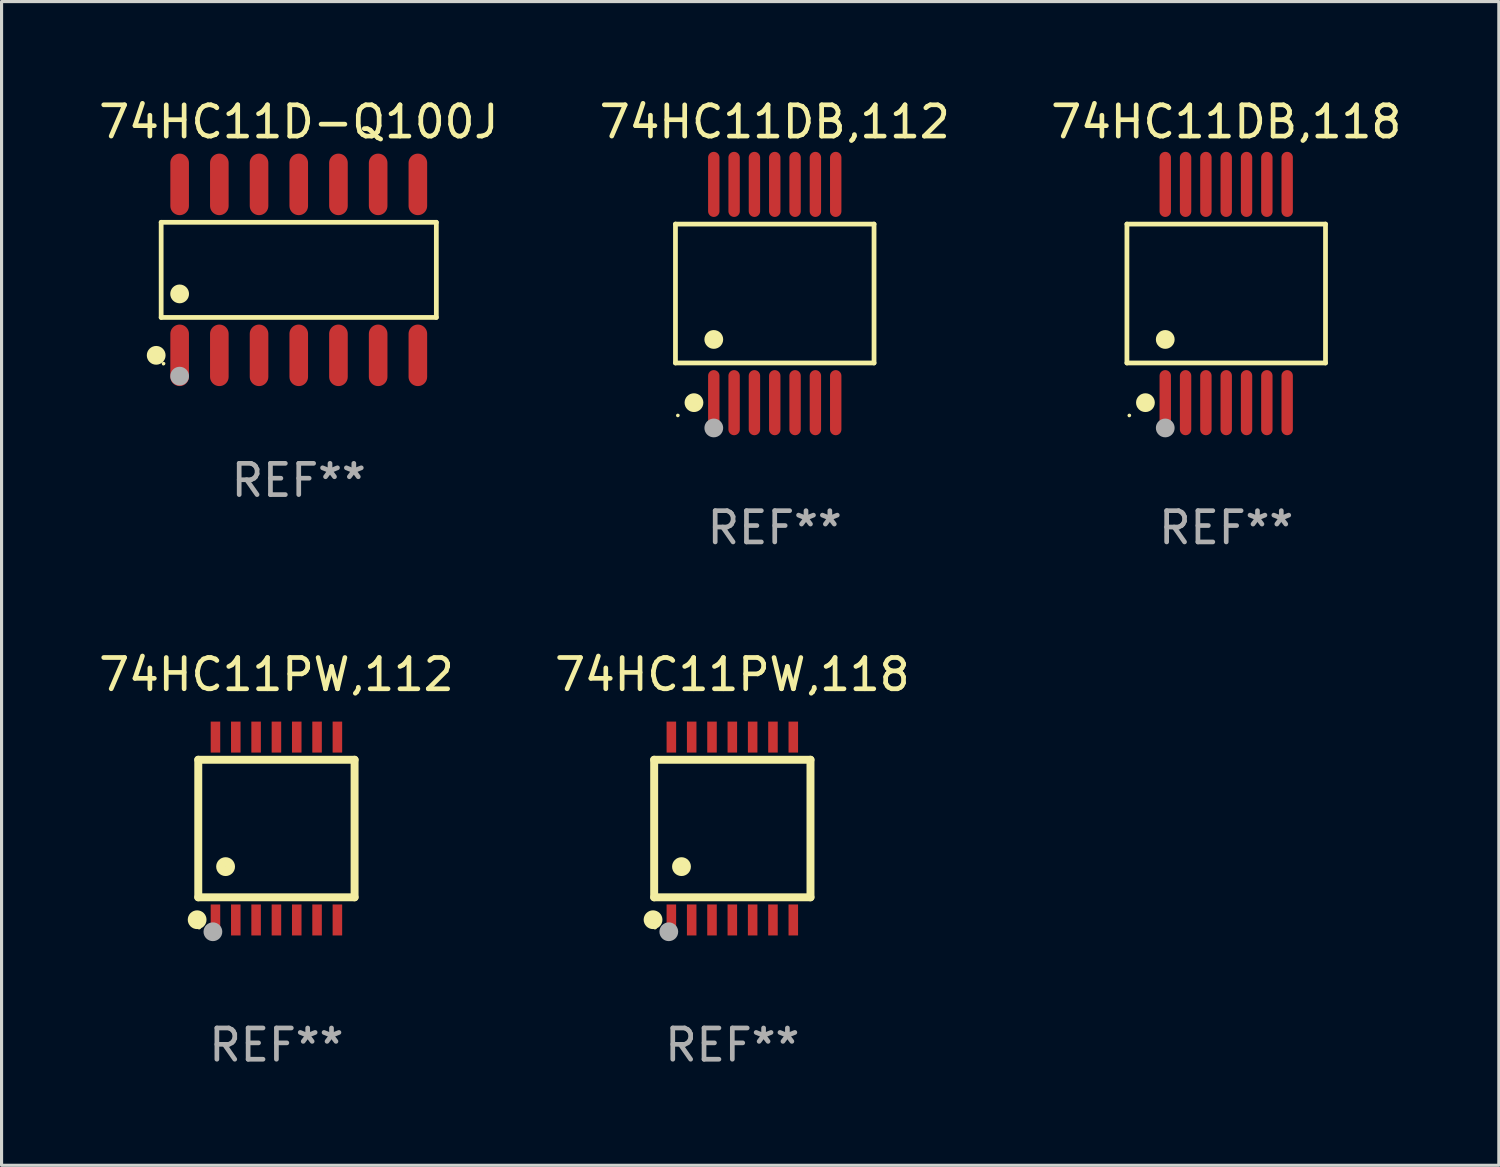
<source format=kicad_pcb>
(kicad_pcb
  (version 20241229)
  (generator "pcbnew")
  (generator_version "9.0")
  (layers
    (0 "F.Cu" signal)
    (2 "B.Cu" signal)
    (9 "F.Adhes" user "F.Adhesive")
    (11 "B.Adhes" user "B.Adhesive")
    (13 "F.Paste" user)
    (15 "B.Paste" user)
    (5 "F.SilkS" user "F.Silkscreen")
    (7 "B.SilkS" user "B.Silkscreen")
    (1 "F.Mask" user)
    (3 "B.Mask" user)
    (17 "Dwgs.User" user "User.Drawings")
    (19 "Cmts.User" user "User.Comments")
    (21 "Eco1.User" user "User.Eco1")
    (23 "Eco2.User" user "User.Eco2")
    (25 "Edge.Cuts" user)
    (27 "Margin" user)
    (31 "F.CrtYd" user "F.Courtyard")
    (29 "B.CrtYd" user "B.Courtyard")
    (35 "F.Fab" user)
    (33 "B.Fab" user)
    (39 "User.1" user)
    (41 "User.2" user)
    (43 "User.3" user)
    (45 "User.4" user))
  (footprint "74HC11DB,118"
    (layer "F.Cu")
    (at 36.173 6.339)
    (property "Reference" "74HC11DB,118" (at 0 -5.491 0) (layer "F.SilkS") (effects (font (size 1 1) (thickness 0.15))))
    (attr through_hole)
    (fp_line (start -3.176 -2.221) (end 3.176 -2.221) (stroke (width 0.152) (type solid)) (layer "F.SilkS"))
    (fp_line (start -3.176 2.221) (end -3.176 -2.221) (stroke (width 0.152) (type solid)) (layer "F.SilkS"))
    (fp_line (start 3.176 -2.221) (end 3.176 2.221) (stroke (width 0.152) (type solid)) (layer "F.SilkS"))
    (fp_line (start 3.176 2.221) (end -3.176 2.221) (stroke (width 0.152) (type solid)) (layer "F.SilkS"))
    (fp_circle (center -3.1 3.9) (end -3.07 3.9) (stroke (width 0.06) (type solid)) (fill no) (layer "F.SilkS"))
    (fp_circle (center -2.584 3.491) (end -2.434 3.491) (stroke (width 0.3) (type solid)) (fill no) (layer "F.SilkS"))
    (fp_circle (center -1.95 1.469) (end -1.8 1.469) (stroke (width 0.3) (type solid)) (fill no) (layer "F.SilkS"))
    (fp_circle (center -1.95 4.3) (end -1.8 4.3) (stroke (width 0.3) (type solid)) (fill no) (layer "F.Fab"))
    (fp_text user "REF**" (at 0 7.491 0) (layer "F.Fab") (effects (font (size 1 1) (thickness 0.15))))
    (pad "1" smd oval (at -1.95 3.491) (size 0.364 2.082) (layers "F.Cu" "F.Mask" "F.Paste"))
    (pad "2" smd oval (at -1.3 3.491) (size 0.364 2.082) (layers "F.Cu" "F.Mask" "F.Paste"))
    (pad "3" smd oval (at -0.65 3.491) (size 0.364 2.082) (layers "F.Cu" "F.Mask" "F.Paste"))
    (pad "4" smd oval (at 0 3.491) (size 0.364 2.082) (layers "F.Cu" "F.Mask" "F.Paste"))
    (pad "5" smd oval (at 0.65 3.491) (size 0.364 2.082) (layers "F.Cu" "F.Mask" "F.Paste"))
    (pad "6" smd oval (at 1.3 3.491) (size 0.364 2.082) (layers "F.Cu" "F.Mask" "F.Paste"))
    (pad "7" smd oval (at 1.95 3.491) (size 0.364 2.082) (layers "F.Cu" "F.Mask" "F.Paste"))
    (pad "8" smd oval (at 1.95 -3.491) (size 0.364 2.082) (layers "F.Cu" "F.Mask" "F.Paste"))
    (pad "9" smd oval (at 1.3 -3.491) (size 0.364 2.082) (layers "F.Cu" "F.Mask" "F.Paste"))
    (pad "10" smd oval (at 0.65 -3.491) (size 0.364 2.082) (layers "F.Cu" "F.Mask" "F.Paste"))
    (pad "11" smd oval (at 0 -3.491) (size 0.364 2.082) (layers "F.Cu" "F.Mask" "F.Paste"))
    (pad "12" smd oval (at -0.65 -3.491) (size 0.364 2.082) (layers "F.Cu" "F.Mask" "F.Paste"))
    (pad "13" smd oval (at -1.3 -3.491) (size 0.364 2.082) (layers "F.Cu" "F.Mask" "F.Paste"))
    (pad "14" smd oval (at -1.95 -3.491) (size 0.364 2.082) (layers "F.Cu" "F.Mask" "F.Paste")))
  (footprint "74HC11PW,118"
    (layer "F.Cu")
    (at 20.375 23.452)
    (property "Reference" "74HC11PW,118" (at 0 -4.925 0) (layer "F.SilkS") (effects (font (size 1 1) (thickness 0.15))))
    (attr through_hole)
    (fp_line (start -2.5 2.2) (end -2.5 -2.2) (stroke (width 0.254) (type solid)) (layer "F.SilkS"))
    (fp_line (start -2.5 2.2) (end 2.5 2.2) (stroke (width 0.254) (type solid)) (layer "F.SilkS"))
    (fp_line (start 2.5 -2.2) (end -2.5 -2.2) (stroke (width 0.254) (type solid)) (layer "F.SilkS"))
    (fp_line (start 2.5 -2.2) (end 2.5 2.2) (stroke (width 0.254) (type solid)) (layer "F.SilkS"))
    (fp_circle (center -2.536 2.917) (end -2.386 2.917) (stroke (width 0.3) (type solid)) (fill no) (layer "F.SilkS"))
    (fp_circle (center -2.47 3.17) (end -2.44 3.17) (stroke (width 0.06) (type solid)) (fill no) (layer "F.SilkS"))
    (fp_circle (center -1.626 1.219) (end -1.475 1.219) (stroke (width 0.3) (type solid)) (fill no) (layer "F.SilkS"))
    (fp_circle (center -2.032 3.302) (end -1.882 3.302) (stroke (width 0.3) (type solid)) (fill no) (layer "F.Fab"))
    (fp_text user "REF**" (at 0 6.925 0) (layer "F.Fab") (effects (font (size 1 1) (thickness 0.15))))
    (pad "1" smd rect (at -1.95 2.925) (size 0.305 0.991) (layers "F.Cu" "F.Mask" "F.Paste"))
    (pad "2" smd rect (at -1.3 2.925) (size 0.305 0.991) (layers "F.Cu" "F.Mask" "F.Paste"))
    (pad "3" smd rect (at -0.65 2.925) (size 0.305 0.991) (layers "F.Cu" "F.Mask" "F.Paste"))
    (pad "4" smd rect (at 0 2.925) (size 0.305 0.991) (layers "F.Cu" "F.Mask" "F.Paste"))
    (pad "5" smd rect (at 0.65 2.925) (size 0.305 0.991) (layers "F.Cu" "F.Mask" "F.Paste"))
    (pad "6" smd rect (at 1.3 2.925) (size 0.305 0.991) (layers "F.Cu" "F.Mask" "F.Paste"))
    (pad "7" smd rect (at 1.95 2.925) (size 0.305 0.991) (layers "F.Cu" "F.Mask" "F.Paste"))
    (pad "8" smd rect (at 1.95 -2.925) (size 0.305 0.991) (layers "F.Cu" "F.Mask" "F.Paste"))
    (pad "9" smd rect (at 1.3 -2.925) (size 0.305 0.991) (layers "F.Cu" "F.Mask" "F.Paste"))
    (pad "10" smd rect (at 0.65 -2.925) (size 0.305 0.991) (layers "F.Cu" "F.Mask" "F.Paste"))
    (pad "11" smd rect (at 0 -2.925) (size 0.305 0.991) (layers "F.Cu" "F.Mask" "F.Paste"))
    (pad "12" smd rect (at -0.65 -2.925) (size 0.305 0.991) (layers "F.Cu" "F.Mask" "F.Paste"))
    (pad "13" smd rect (at -1.3 -2.925) (size 0.305 0.991) (layers "F.Cu" "F.Mask" "F.Paste"))
    (pad "14" smd rect (at -1.95 -2.925) (size 0.305 0.991) (layers "F.Cu" "F.Mask" "F.Paste")))
  (footprint "74HC11DB,112"
    (layer "F.Cu")
    (at 21.732 6.339)
    (property "Reference" "74HC11DB,112" (at 0 -5.491 0) (layer "F.SilkS") (effects (font (size 1 1) (thickness 0.15))))
    (attr through_hole)
    (fp_line (start -3.176 -2.221) (end 3.176 -2.221) (stroke (width 0.152) (type solid)) (layer "F.SilkS"))
    (fp_line (start -3.176 2.221) (end -3.176 -2.221) (stroke (width 0.152) (type solid)) (layer "F.SilkS"))
    (fp_line (start 3.176 -2.221) (end 3.176 2.221) (stroke (width 0.152) (type solid)) (layer "F.SilkS"))
    (fp_line (start 3.176 2.221) (end -3.176 2.221) (stroke (width 0.152) (type solid)) (layer "F.SilkS"))
    (fp_circle (center -3.1 3.9) (end -3.07 3.9) (stroke (width 0.06) (type solid)) (fill no) (layer "F.SilkS"))
    (fp_circle (center -2.584 3.491) (end -2.434 3.491) (stroke (width 0.3) (type solid)) (fill no) (layer "F.SilkS"))
    (fp_circle (center -1.95 1.469) (end -1.8 1.469) (stroke (width 0.3) (type solid)) (fill no) (layer "F.SilkS"))
    (fp_circle (center -1.95 4.3) (end -1.8 4.3) (stroke (width 0.3) (type solid)) (fill no) (layer "F.Fab"))
    (fp_text user "REF**" (at 0 7.491 0) (layer "F.Fab") (effects (font (size 1 1) (thickness 0.15))))
    (pad "1" smd oval (at -1.95 3.491) (size 0.364 2.082) (layers "F.Cu" "F.Mask" "F.Paste"))
    (pad "2" smd oval (at -1.3 3.491) (size 0.364 2.082) (layers "F.Cu" "F.Mask" "F.Paste"))
    (pad "3" smd oval (at -0.65 3.491) (size 0.364 2.082) (layers "F.Cu" "F.Mask" "F.Paste"))
    (pad "4" smd oval (at 0 3.491) (size 0.364 2.082) (layers "F.Cu" "F.Mask" "F.Paste"))
    (pad "5" smd oval (at 0.65 3.491) (size 0.364 2.082) (layers "F.Cu" "F.Mask" "F.Paste"))
    (pad "6" smd oval (at 1.3 3.491) (size 0.364 2.082) (layers "F.Cu" "F.Mask" "F.Paste"))
    (pad "7" smd oval (at 1.95 3.491) (size 0.364 2.082) (layers "F.Cu" "F.Mask" "F.Paste"))
    (pad "8" smd oval (at 1.95 -3.491) (size 0.364 2.082) (layers "F.Cu" "F.Mask" "F.Paste"))
    (pad "9" smd oval (at 1.3 -3.491) (size 0.364 2.082) (layers "F.Cu" "F.Mask" "F.Paste"))
    (pad "10" smd oval (at 0.65 -3.491) (size 0.364 2.082) (layers "F.Cu" "F.Mask" "F.Paste"))
    (pad "11" smd oval (at 0 -3.491) (size 0.364 2.082) (layers "F.Cu" "F.Mask" "F.Paste"))
    (pad "12" smd oval (at -0.65 -3.491) (size 0.364 2.082) (layers "F.Cu" "F.Mask" "F.Paste"))
    (pad "13" smd oval (at -1.3 -3.491) (size 0.364 2.082) (layers "F.Cu" "F.Mask" "F.Paste"))
    (pad "14" smd oval (at -1.95 -3.491) (size 0.364 2.082) (layers "F.Cu" "F.Mask" "F.Paste")))
  (footprint "74HC11D-Q100J"
    (layer "F.Cu")
    (at 6.506 5.582)
    (property "Reference" "74HC11D-Q100J" (at 0 -4.734 0) (layer "F.SilkS") (effects (font (size 1 1) (thickness 0.15))))
    (attr through_hole)
    (fp_line (start -4.401 -1.521) (end 4.401 -1.521) (stroke (width 0.152) (type solid)) (layer "F.SilkS"))
    (fp_line (start -4.401 1.521) (end -4.401 -1.521) (stroke (width 0.152) (type solid)) (layer "F.SilkS"))
    (fp_line (start 4.401 -1.521) (end 4.401 1.521) (stroke (width 0.152) (type solid)) (layer "F.SilkS"))
    (fp_line (start 4.401 1.521) (end -4.401 1.521) (stroke (width 0.152) (type solid)) (layer "F.SilkS"))
    (fp_circle (center -4.56 2.734) (end -4.41 2.734) (stroke (width 0.3) (type solid)) (fill no) (layer "F.SilkS"))
    (fp_circle (center -4.325 3) (end -4.295 3) (stroke (width 0.06) (type solid)) (fill no) (layer "F.SilkS"))
    (fp_circle (center -3.81 0.769) (end -3.66 0.769) (stroke (width 0.3) (type solid)) (fill no) (layer "F.SilkS"))
    (fp_circle (center -3.81 3.4) (end -3.66 3.4) (stroke (width 0.3) (type solid)) (fill no) (layer "F.Fab"))
    (fp_text user "REF**" (at 0 6.734 0) (layer "F.Fab") (effects (font (size 1 1) (thickness 0.15))))
    (pad "1" smd oval (at -3.81 2.734) (size 0.595 1.968) (layers "F.Cu" "F.Mask" "F.Paste"))
    (pad "2" smd oval (at -2.54 2.734) (size 0.595 1.968) (layers "F.Cu" "F.Mask" "F.Paste"))
    (pad "3" smd oval (at -1.27 2.734) (size 0.595 1.968) (layers "F.Cu" "F.Mask" "F.Paste"))
    (pad "4" smd oval (at 0 2.734) (size 0.595 1.968) (layers "F.Cu" "F.Mask" "F.Paste"))
    (pad "5" smd oval (at 1.27 2.734) (size 0.595 1.968) (layers "F.Cu" "F.Mask" "F.Paste"))
    (pad "6" smd oval (at 2.54 2.734) (size 0.595 1.968) (layers "F.Cu" "F.Mask" "F.Paste"))
    (pad "7" smd oval (at 3.81 2.734) (size 0.595 1.968) (layers "F.Cu" "F.Mask" "F.Paste"))
    (pad "8" smd oval (at 3.81 -2.734) (size 0.595 1.968) (layers "F.Cu" "F.Mask" "F.Paste"))
    (pad "9" smd oval (at 2.54 -2.734) (size 0.595 1.968) (layers "F.Cu" "F.Mask" "F.Paste"))
    (pad "10" smd oval (at 1.27 -2.734) (size 0.595 1.968) (layers "F.Cu" "F.Mask" "F.Paste"))
    (pad "11" smd oval (at 0 -2.734) (size 0.595 1.968) (layers "F.Cu" "F.Mask" "F.Paste"))
    (pad "12" smd oval (at -1.27 -2.734) (size 0.595 1.968) (layers "F.Cu" "F.Mask" "F.Paste"))
    (pad "13" smd oval (at -2.54 -2.734) (size 0.595 1.968) (layers "F.Cu" "F.Mask" "F.Paste"))
    (pad "14" smd oval (at -3.81 -2.734) (size 0.595 1.968) (layers "F.Cu" "F.Mask" "F.Paste")))
  (footprint "74HC11PW,112"
    (layer "F.Cu")
    (at 5.792 23.452)
    (property "Reference" "74HC11PW,112" (at 0 -4.925 0) (layer "F.SilkS") (effects (font (size 1 1) (thickness 0.15))))
    (attr through_hole)
    (fp_line (start -2.5 2.2) (end -2.5 -2.2) (stroke (width 0.254) (type solid)) (layer "F.SilkS"))
    (fp_line (start -2.5 2.2) (end 2.5 2.2) (stroke (width 0.254) (type solid)) (layer "F.SilkS"))
    (fp_line (start 2.5 -2.2) (end -2.5 -2.2) (stroke (width 0.254) (type solid)) (layer "F.SilkS"))
    (fp_line (start 2.5 -2.2) (end 2.5 2.2) (stroke (width 0.254) (type solid)) (layer "F.SilkS"))
    (fp_circle (center -2.536 2.917) (end -2.386 2.917) (stroke (width 0.3) (type solid)) (fill no) (layer "F.SilkS"))
    (fp_circle (center -2.47 3.17) (end -2.44 3.17) (stroke (width 0.06) (type solid)) (fill no) (layer "F.SilkS"))
    (fp_circle (center -1.626 1.219) (end -1.475 1.219) (stroke (width 0.3) (type solid)) (fill no) (layer "F.SilkS"))
    (fp_circle (center -2.032 3.302) (end -1.882 3.302) (stroke (width 0.3) (type solid)) (fill no) (layer "F.Fab"))
    (fp_text user "REF**" (at 0 6.925 0) (layer "F.Fab") (effects (font (size 1 1) (thickness 0.15))))
    (pad "1" smd rect (at -1.95 2.925) (size 0.305 0.991) (layers "F.Cu" "F.Mask" "F.Paste"))
    (pad "2" smd rect (at -1.3 2.925) (size 0.305 0.991) (layers "F.Cu" "F.Mask" "F.Paste"))
    (pad "3" smd rect (at -0.65 2.925) (size 0.305 0.991) (layers "F.Cu" "F.Mask" "F.Paste"))
    (pad "4" smd rect (at 0 2.925) (size 0.305 0.991) (layers "F.Cu" "F.Mask" "F.Paste"))
    (pad "5" smd rect (at 0.65 2.925) (size 0.305 0.991) (layers "F.Cu" "F.Mask" "F.Paste"))
    (pad "6" smd rect (at 1.3 2.925) (size 0.305 0.991) (layers "F.Cu" "F.Mask" "F.Paste"))
    (pad "7" smd rect (at 1.95 2.925) (size 0.305 0.991) (layers "F.Cu" "F.Mask" "F.Paste"))
    (pad "8" smd rect (at 1.95 -2.925) (size 0.305 0.991) (layers "F.Cu" "F.Mask" "F.Paste"))
    (pad "9" smd rect (at 1.3 -2.925) (size 0.305 0.991) (layers "F.Cu" "F.Mask" "F.Paste"))
    (pad "10" smd rect (at 0.65 -2.925) (size 0.305 0.991) (layers "F.Cu" "F.Mask" "F.Paste"))
    (pad "11" smd rect (at 0 -2.925) (size 0.305 0.991) (layers "F.Cu" "F.Mask" "F.Paste"))
    (pad "12" smd rect (at -0.65 -2.925) (size 0.305 0.991) (layers "F.Cu" "F.Mask" "F.Paste"))
    (pad "13" smd rect (at -1.3 -2.925) (size 0.305 0.991) (layers "F.Cu" "F.Mask" "F.Paste"))
    (pad "14" smd rect (at -1.95 -2.925) (size 0.305 0.991) (layers "F.Cu" "F.Mask" "F.Paste")))
  (gr_rect
    (start -3 -3)
    (end 44.893 34.225)
    (stroke (width 0.1) (type default))
    (fill no)
    (layer "Edge.Cuts")))
</source>
